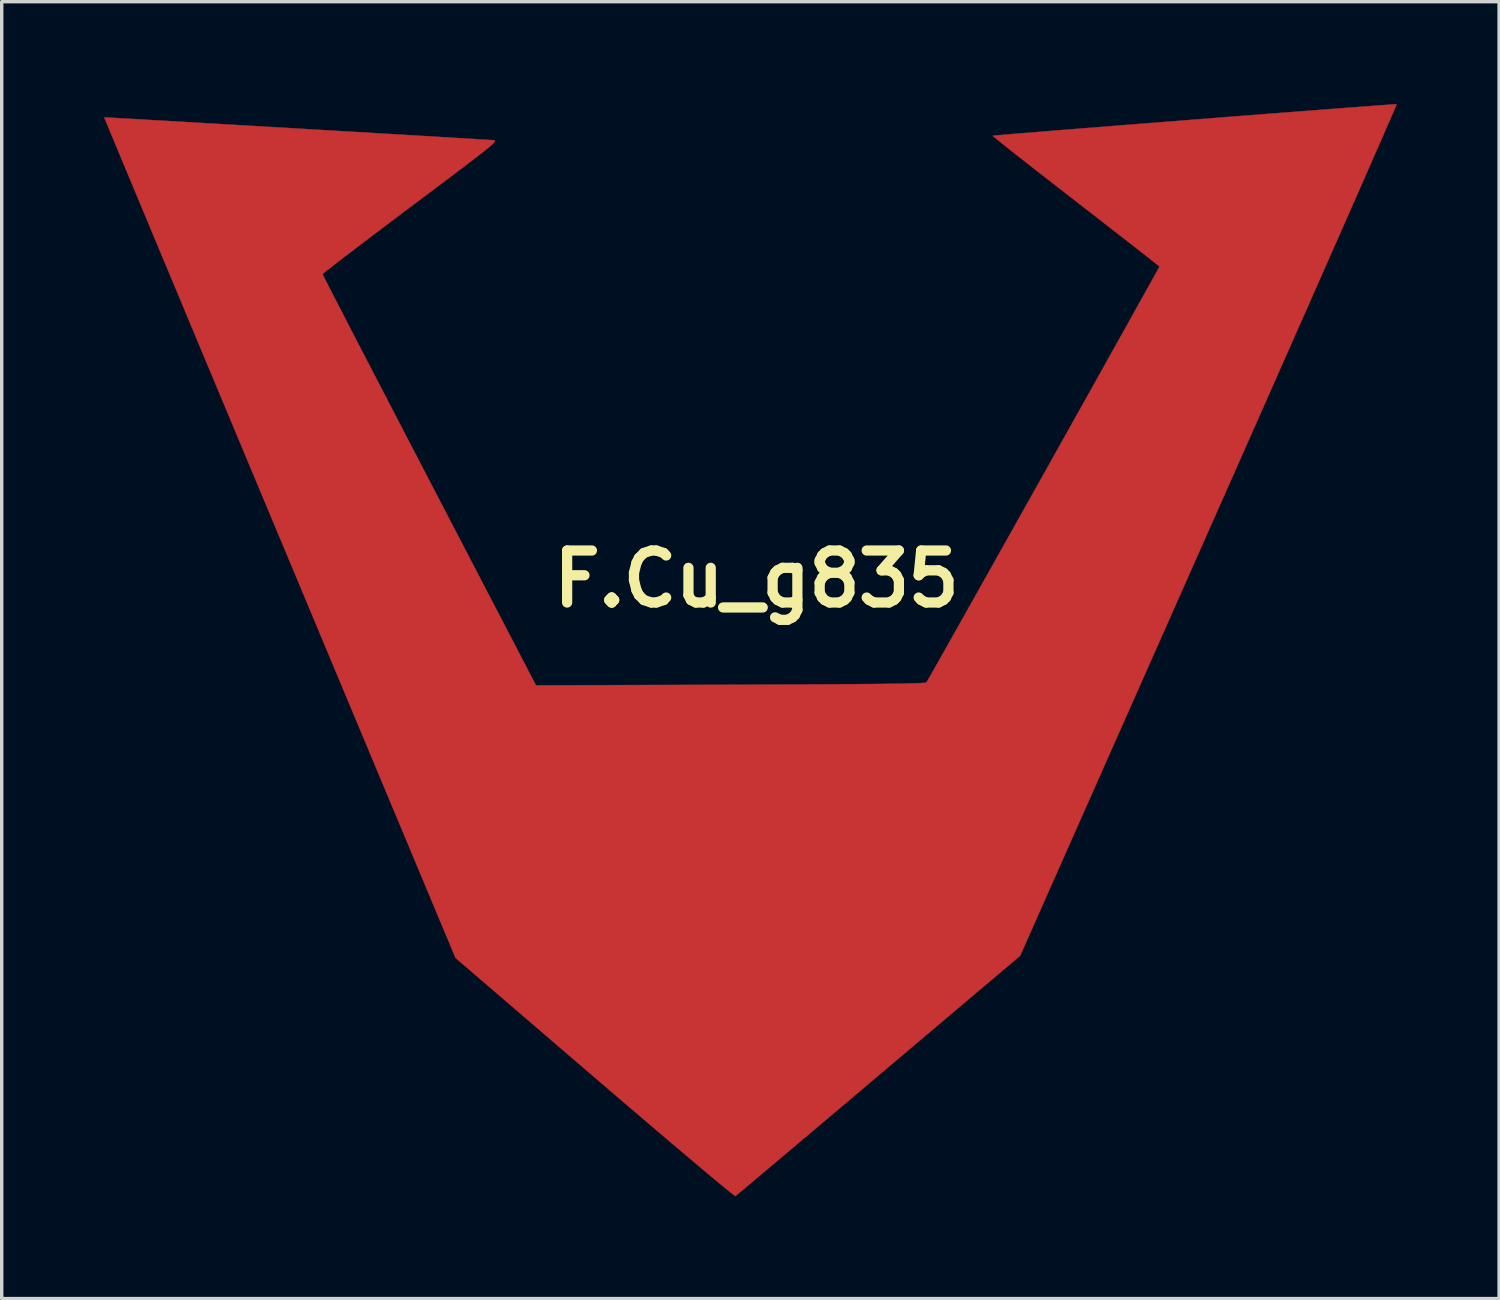
<source format=kicad_pcb>
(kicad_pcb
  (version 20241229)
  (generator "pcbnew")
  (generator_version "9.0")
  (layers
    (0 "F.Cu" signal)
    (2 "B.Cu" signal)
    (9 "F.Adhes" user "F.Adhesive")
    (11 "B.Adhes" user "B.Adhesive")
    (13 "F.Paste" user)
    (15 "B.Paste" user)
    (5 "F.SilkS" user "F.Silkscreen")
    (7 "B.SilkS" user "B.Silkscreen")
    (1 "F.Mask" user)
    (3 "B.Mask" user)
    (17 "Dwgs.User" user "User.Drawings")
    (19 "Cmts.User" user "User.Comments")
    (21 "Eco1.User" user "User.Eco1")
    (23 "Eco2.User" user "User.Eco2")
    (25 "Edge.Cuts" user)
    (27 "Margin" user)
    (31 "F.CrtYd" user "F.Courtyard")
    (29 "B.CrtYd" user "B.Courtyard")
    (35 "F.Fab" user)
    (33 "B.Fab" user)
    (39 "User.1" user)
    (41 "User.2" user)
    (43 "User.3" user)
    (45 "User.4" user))
  (footprint "F.Cu_g835"
    (layer "F.Cu")
    (at 19.125 13.921)
    (property "Reference" "F.Cu_g835" (at 0 0 0) (layer "F.SilkS") (effects (font (size 1.524 1.524) (thickness 0.3))))
    (attr through_hole)
    (fp_poly (pts (xy 18.747 -13.877) (xy 18.699 -13.763) (xy 18.619 -13.578) (xy 18.509 -13.325) (xy 18.37 -13.005) (xy 18.202 -12.623) (xy 18.008 -12.18) (xy 17.788 -11.68) (xy 17.545 -11.126) (xy 17.278 -10.521) (xy 16.99 -9.867) (xy 16.681 -9.167) (xy 16.353 -8.425) (xy 16.008 -7.643) (xy 15.646 -6.824) (xy 15.268 -5.971) (xy 14.877 -5.086) (xy 14.473 -4.174) (xy 14.058 -3.236) (xy 13.632 -2.275) (xy 13.258 -1.431) (xy 7.726 11.044) (xy 3.575 14.552) (xy 3.062 14.986) (xy 2.566 15.405) (xy 2.092 15.805) (xy 1.643 16.184) (xy 1.223 16.538) (xy 0.837 16.864) (xy 0.487 17.159) (xy 0.178 17.419) (xy -0.086 17.642) (xy -0.301 17.823) (xy -0.464 17.959) (xy -0.571 18.049) (xy -0.618 18.087) (xy -0.619 18.088) (xy -0.656 18.064) (xy -0.754 17.988) (xy -0.907 17.864) (xy -1.113 17.694) (xy -1.368 17.482) (xy -1.668 17.23) (xy -2.008 16.943) (xy -2.386 16.624) (xy -2.797 16.275) (xy -3.237 15.9) (xy -3.703 15.502) (xy -4.191 15.085) (xy -4.696 14.652) (xy -4.743 14.612) (xy -8.822 11.108) (xy -13.974 -1.209) (xy -14.382 -2.184) (xy -14.782 -3.14) (xy -15.172 -4.072) (xy -15.55 -4.978) (xy -15.917 -5.856) (xy -16.27 -6.7) (xy -16.609 -7.51) (xy -16.931 -8.283) (xy -17.237 -9.014) (xy -17.524 -9.701) (xy -17.791 -10.342) (xy -18.038 -10.932) (xy -18.263 -11.471) (xy -18.464 -11.953) (xy -18.641 -12.377) (xy -18.792 -12.74) (xy -18.916 -13.038) (xy -19.011 -13.268) (xy -19.078 -13.428) (xy -19.114 -13.515) (xy -19.12 -13.531) (xy -19.078 -13.529) (xy -18.957 -13.523) (xy -18.764 -13.512) (xy -18.504 -13.497) (xy -18.184 -13.479) (xy -17.808 -13.457) (xy -17.384 -13.433) (xy -16.917 -13.406) (xy -16.413 -13.376) (xy -15.878 -13.345) (xy -15.318 -13.312) (xy -14.739 -13.279) (xy -14.146 -13.244) (xy -13.547 -13.209) (xy -12.946 -13.173) (xy -12.35 -13.138) (xy -11.765 -13.104) (xy -11.196 -13.07) (xy -10.649 -13.038) (xy -10.132 -13.007) (xy -9.648 -12.979) (xy -9.205 -12.952) (xy -8.809 -12.928) (xy -8.464 -12.908) (xy -8.178 -12.89) (xy -7.956 -12.877) (xy -7.804 -12.867) (xy -7.728 -12.862) (xy -7.726 -12.862) (xy -7.695 -12.859) (xy -7.674 -12.852) (xy -7.666 -12.839) (xy -7.675 -12.816) (xy -7.705 -12.779) (xy -7.761 -12.725) (xy -7.847 -12.652) (xy -7.968 -12.554) (xy -8.126 -12.43) (xy -8.327 -12.275) (xy -8.574 -12.087) (xy -8.873 -11.861) (xy -9.226 -11.595) (xy -9.638 -11.285) (xy -10.114 -10.928) (xy -10.139 -10.91) (xy -10.551 -10.6) (xy -10.942 -10.305) (xy -11.308 -10.028) (xy -11.644 -9.773) (xy -11.943 -9.545) (xy -12.202 -9.347) (xy -12.414 -9.183) (xy -12.574 -9.058) (xy -12.678 -8.974) (xy -12.721 -8.937) (xy -12.721 -8.936) (xy -12.702 -8.895) (xy -12.646 -8.783) (xy -12.554 -8.604) (xy -12.43 -8.362) (xy -12.275 -8.061) (xy -12.091 -7.705) (xy -11.881 -7.297) (xy -11.646 -6.843) (xy -11.388 -6.346) (xy -11.11 -5.809) (xy -10.813 -5.238) (xy -10.5 -4.635) (xy -10.173 -4.006) (xy -9.833 -3.353) (xy -9.593 -2.891) (xy -6.465 3.118) (xy -0.766 3.1) (xy 0.103 3.097) (xy 0.891 3.094) (xy 1.6 3.09) (xy 2.233 3.087) (xy 2.792 3.083) (xy 3.28 3.079) (xy 3.701 3.075) (xy 4.056 3.07) (xy 4.35 3.065) (xy 4.584 3.059) (xy 4.761 3.053) (xy 4.884 3.046) (xy 4.957 3.039) (xy 4.98 3.033) (xy 5.004 2.993) (xy 5.067 2.884) (xy 5.166 2.71) (xy 5.298 2.477) (xy 5.46 2.189) (xy 5.651 1.851) (xy 5.867 1.467) (xy 6.106 1.042) (xy 6.365 0.581) (xy 6.641 0.089) (xy 6.932 -0.429) (xy 7.236 -0.97) (xy 7.549 -1.528) (xy 7.869 -2.099) (xy 8.193 -2.677) (xy 8.519 -3.258) (xy 8.843 -3.838) (xy 9.165 -4.412) (xy 9.48 -4.975) (xy 9.786 -5.521) (xy 10.08 -6.048) (xy 10.36 -6.549) (xy 10.624 -7.021) (xy 10.868 -7.458) (xy 11.089 -7.856) (xy 11.286 -8.209) (xy 11.456 -8.515) (xy 11.596 -8.766) (xy 11.703 -8.96) (xy 11.775 -9.091) (xy 11.809 -9.154) (xy 11.811 -9.16) (xy 11.778 -9.187) (xy 11.684 -9.262) (xy 11.533 -9.381) (xy 11.331 -9.539) (xy 11.083 -9.733) (xy 10.794 -9.958) (xy 10.47 -10.21) (xy 10.116 -10.486) (xy 9.736 -10.781) (xy 9.359 -11.073) (xy 8.961 -11.383) (xy 8.583 -11.677) (xy 8.231 -11.951) (xy 7.91 -12.203) (xy 7.625 -12.426) (xy 7.382 -12.619) (xy 7.184 -12.776) (xy 7.039 -12.893) (xy 6.95 -12.966) (xy 6.923 -12.991) (xy 6.967 -12.996) (xy 7.088 -13.007) (xy 7.283 -13.024) (xy 7.544 -13.046) (xy 7.867 -13.072) (xy 8.245 -13.103) (xy 8.672 -13.137) (xy 9.143 -13.175) (xy 9.651 -13.216) (xy 10.192 -13.258) (xy 10.758 -13.303) (xy 11.345 -13.349) (xy 11.946 -13.396) (xy 12.556 -13.444) (xy 13.168 -13.492) (xy 13.777 -13.54) (xy 14.378 -13.586) (xy 14.963 -13.632) (xy 15.528 -13.675) (xy 16.067 -13.717) (xy 16.573 -13.755) (xy 17.041 -13.791) (xy 17.466 -13.823) (xy 17.84 -13.851) (xy 18.159 -13.875) (xy 18.416 -13.894) (xy 18.606 -13.907) (xy 18.723 -13.914) (xy 18.761 -13.916) (xy 18.747 -13.877)) (stroke (width 0.01) (type solid)) (fill yes) (layer "F.Cu")))
  (gr_rect
    (start -3 -3)
    (end 40.891 35.014)
    (stroke (width 0.1) (type default))
    (fill no)
    (layer "Edge.Cuts")))
</source>
